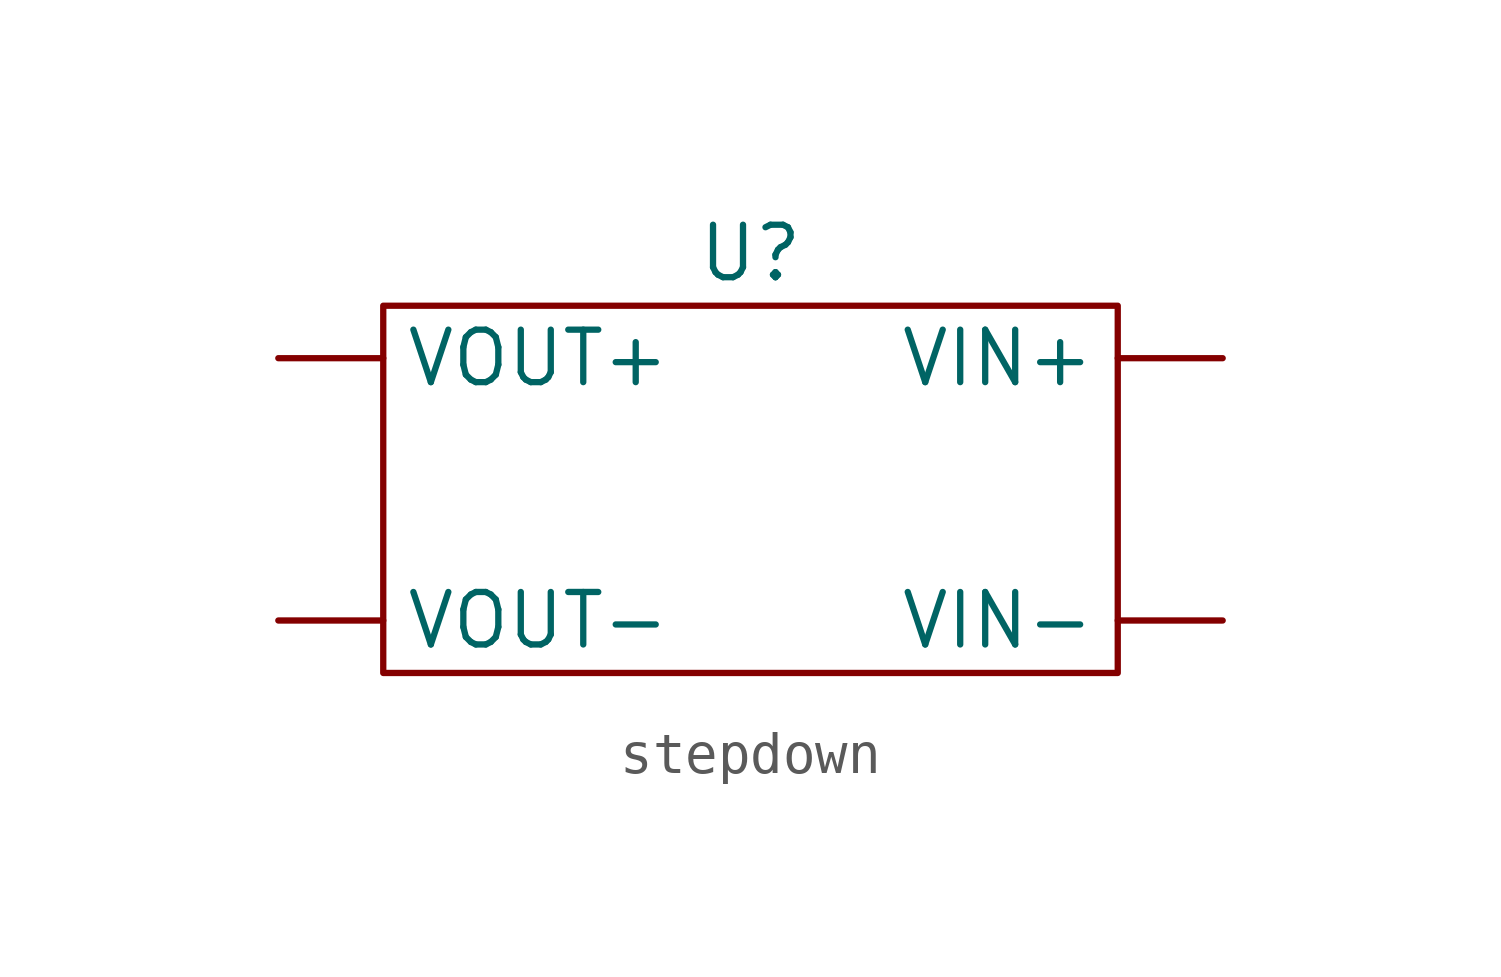
<source format=kicad_sym>
(kicad_symbol_lib
  (version 20220914)
  (generator kicad_symbol_editor)
  (symbol "stepdown"
    (property "Reference" "U"
      (at 0 0 0)
      (effects (font (size 1.27 1.27))))
    (property "Value" ""
      (at 0 0 0)
      (effects (font (size 1.27 1.27))))
    (symbol "stepdown_0_1"
      (rectangle (start -8.89 -1.27) (end 8.89 -10.16) (stroke (width 0) (type default)) (fill (type none))))
    (symbol "stepdown_1_1"
      (pin input line (at 11.43 -2.54 180) (length 2.54) (name "VIN+" (effects (font (size 1.27 1.27)))) (number "" (effects (font (size 1.27 1.27)))))
      (pin input line (at 11.43 -8.89 180) (length 2.54) (name "VIN-" (effects (font (size 1.27 1.27)))) (number "" (effects (font (size 1.27 1.27)))))
      (pin output line (at -11.43 -2.54 0) (length 2.54) (name "VOUT+" (effects (font (size 1.27 1.27)))) (number "" (effects (font (size 1.27 1.27)))))
      (pin output line (at -11.43 -8.89 0) (length 2.54) (name "VOUT-" (effects (font (size 1.27 1.27)))) (number "" (effects (font (size 1.27 1.27))))))))
</source>
